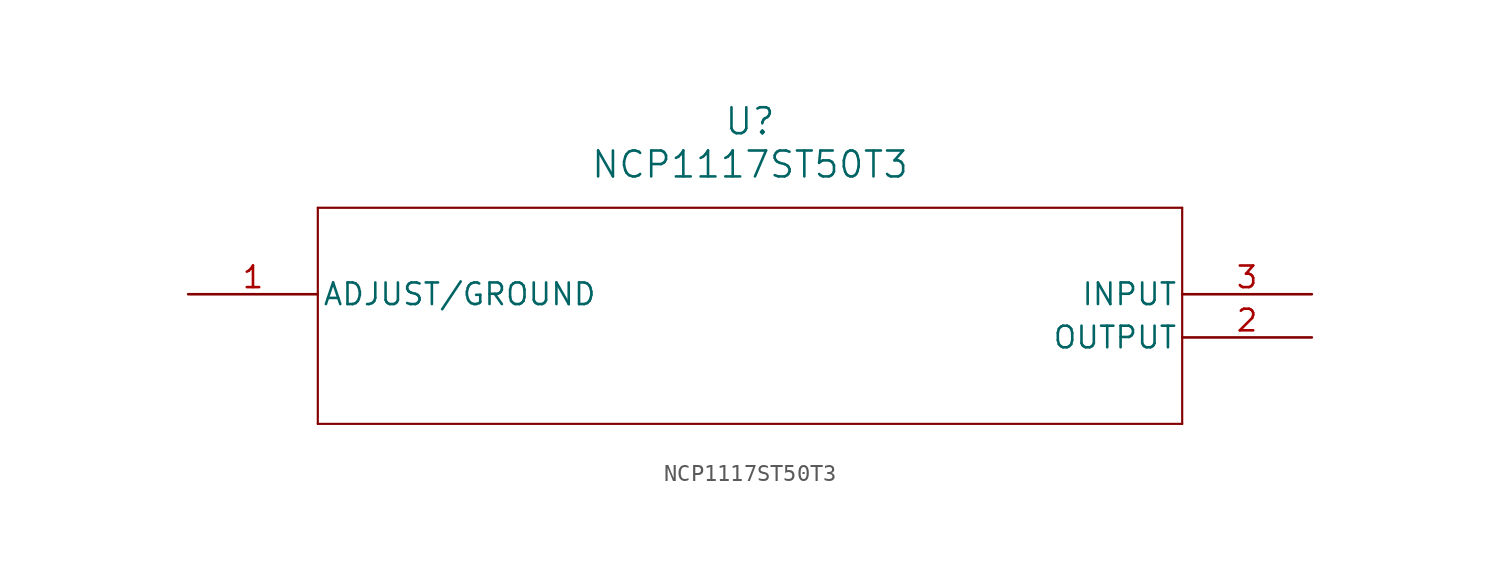
<source format=kicad_sym>
(kicad_symbol_lib
  (version 20211014)
  (generator kicad_symbol_editor)
  (symbol "NCP1117ST50T3"
    (pin_names
      (offset 0.254))
    (property "Reference" "U"
      (at 33.02 10.16 0)
      (effects (font (size 1.524 1.524))))
    (property "Value" "NCP1117ST50T3"
      (at 33.02 7.62 0)
      (effects (font (size 1.524 1.524))))
    (symbol "NCP1117ST50T3_0_1"
      (polyline (pts (xy 7.62 5.08) (xy 7.62 -7.62)) (stroke (width .127) (type default) (color 0 0 0 0)) (fill (type none)))
      (polyline (pts (xy 7.62 -7.62) (xy 58.42 -7.62)) (stroke (width .127) (type default) (color 0 0 0 0)) (fill (type none)))
      (polyline (pts (xy 58.42 -7.62) (xy 58.42 5.08)) (stroke (width .127) (type default) (color 0 0 0 0)) (fill (type none)))
      (polyline (pts (xy 58.42 5.08) (xy 7.62 5.08)) (stroke (width .127) (type default) (color 0 0 0 0)) (fill (type none)))
      (pin bidirectional line (at 0 0 0) (length 7.62) (name "ADJUST/GROUND" (effects (font (size 1.27 1.27)))) (number "1" (effects (font (size 1.27 1.27)))))
      (pin output line (at 66.04 -2.54 180) (length 7.62) (name "OUTPUT" (effects (font (size 1.27 1.27)))) (number "2" (effects (font (size 1.27 1.27)))))
      (pin input line (at 66.04 0 180) (length 7.62) (name "INPUT" (effects (font (size 1.27 1.27)))) (number "3" (effects (font (size 1.27 1.27))))))))
</source>
